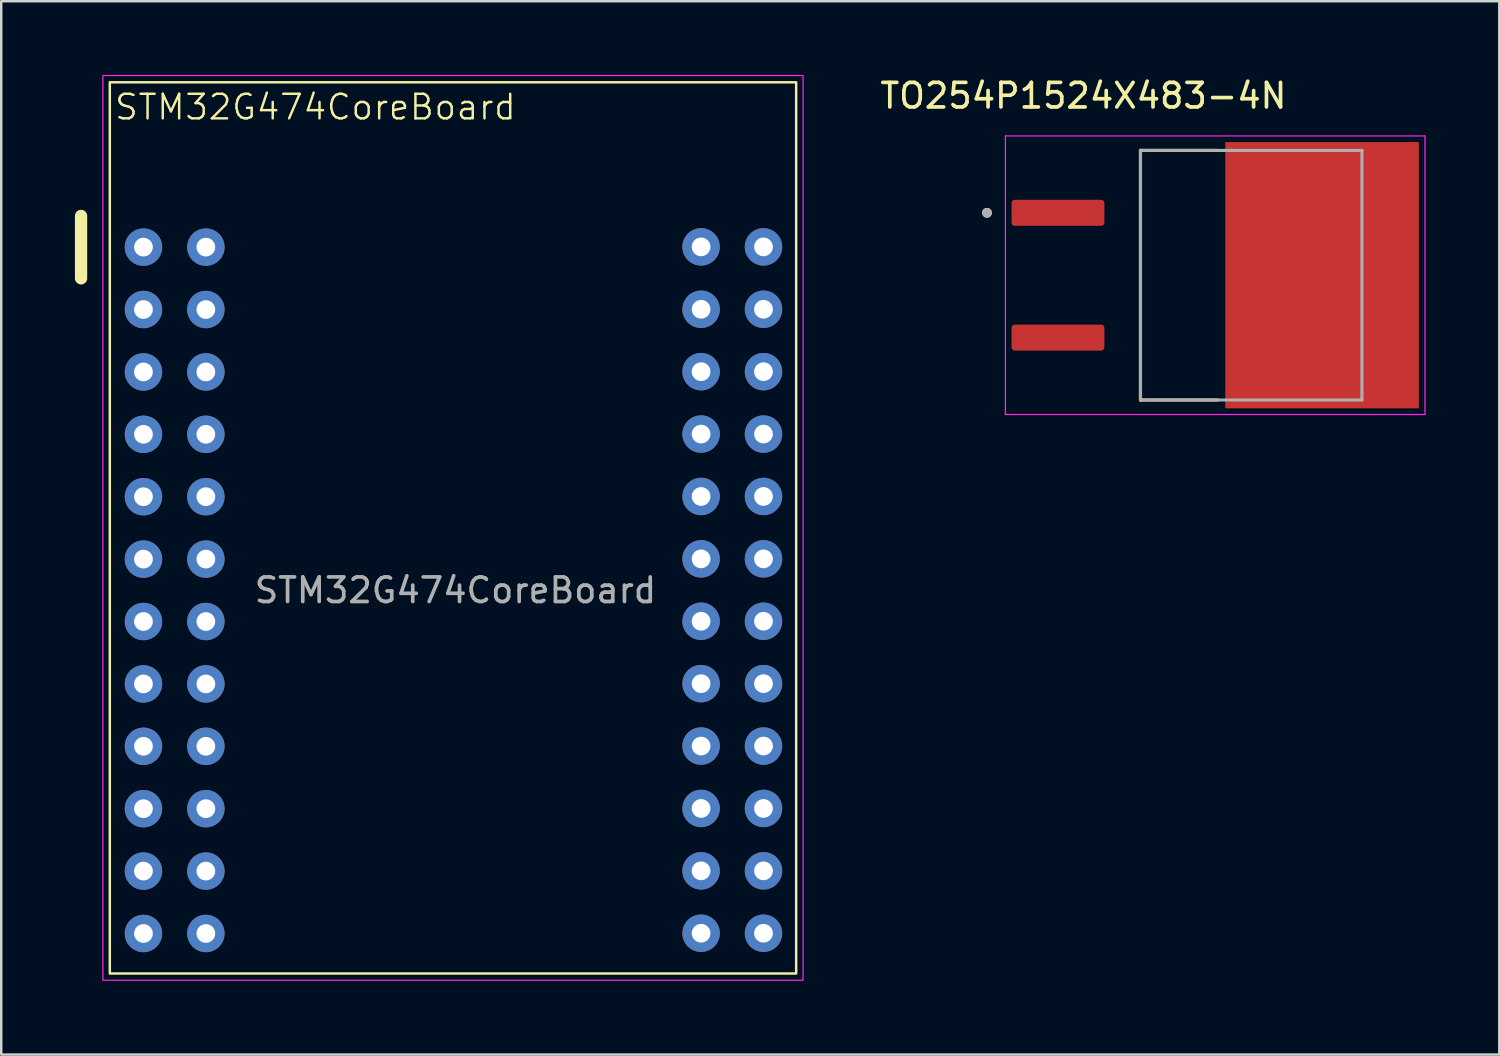
<source format=kicad_pcb>
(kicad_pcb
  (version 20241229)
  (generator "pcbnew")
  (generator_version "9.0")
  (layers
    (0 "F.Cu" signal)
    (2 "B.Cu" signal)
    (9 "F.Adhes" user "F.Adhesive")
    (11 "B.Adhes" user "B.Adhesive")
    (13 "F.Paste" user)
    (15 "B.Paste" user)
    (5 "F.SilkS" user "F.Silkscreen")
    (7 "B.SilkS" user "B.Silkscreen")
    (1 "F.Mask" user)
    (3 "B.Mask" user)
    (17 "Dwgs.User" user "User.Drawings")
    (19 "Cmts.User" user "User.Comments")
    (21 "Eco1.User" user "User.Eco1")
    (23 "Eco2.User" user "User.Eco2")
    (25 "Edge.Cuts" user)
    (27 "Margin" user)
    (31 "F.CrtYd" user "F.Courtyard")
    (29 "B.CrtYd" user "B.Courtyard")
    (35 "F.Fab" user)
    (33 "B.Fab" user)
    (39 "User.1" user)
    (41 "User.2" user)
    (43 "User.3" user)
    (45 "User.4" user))
  (footprint "STM32G474CoreBoard"
    (layer "F.Cu")
    (at 15.49 19.71)
    (property "Reference" "STM32G474CoreBoard" (at -5.7 -18.4 0) (unlocked yes) (layer "F.SilkS") (effects (font (size 1 1) (thickness 0.1))))
    (attr through_hole)
    (fp_line (start -15.24 -13.97) (end -15.24 -11.43) (stroke (width 0.5) (type default)) (layer "F.SilkS"))
    (fp_rect (start -14.07 -19.41) (end 13.87 16.87) (stroke (width 0.1) (type default)) (fill no) (layer "F.SilkS"))
    (fp_rect (start -14.351 -19.685) (end 14.151 17.145) (stroke (width 0.05) (type default)) (fill no) (layer "F.CrtYd"))
    (fp_text user "${REFERENCE}" (at 0 1.27 0) (unlocked yes) (layer "F.Fab") (effects (font (size 1 1) (thickness 0.15))))
    (pad "1" thru_hole circle (at -12.7 -12.7) (size 1.524 1.524) (drill 0.762) (layers "*.Cu" "*.Mask"))
    (pad "2" thru_hole circle (at -10.16 -12.7) (size 1.524 1.524) (drill 0.762) (layers "*.Cu" "*.Mask"))
    (pad "3" thru_hole circle (at -12.7 -10.16) (size 1.524 1.524) (drill 0.762) (layers "*.Cu" "*.Mask"))
    (pad "4" thru_hole circle (at -10.16 -10.16) (size 1.524 1.524) (drill 0.762) (layers "*.Cu" "*.Mask"))
    (pad "5" thru_hole circle (at -12.7 -7.62) (size 1.524 1.524) (drill 0.762) (layers "*.Cu" "*.Mask"))
    (pad "6" thru_hole circle (at -10.16 -7.62) (size 1.524 1.524) (drill 0.762) (layers "*.Cu" "*.Mask"))
    (pad "7" thru_hole circle (at -12.7 -5.08) (size 1.524 1.524) (drill 0.762) (layers "*.Cu" "*.Mask"))
    (pad "8" thru_hole circle (at -10.16 -5.08) (size 1.524 1.524) (drill 0.762) (layers "*.Cu" "*.Mask"))
    (pad "9" thru_hole circle (at -12.7 -2.54) (size 1.524 1.524) (drill 0.762) (layers "*.Cu" "*.Mask"))
    (pad "10" thru_hole circle (at -10.16 -2.54) (size 1.524 1.524) (drill 0.762) (layers "*.Cu" "*.Mask"))
    (pad "11" thru_hole circle (at -12.7 0) (size 1.524 1.524) (drill 0.762) (layers "*.Cu" "*.Mask"))
    (pad "12" thru_hole circle (at -10.16 0) (size 1.524 1.524) (drill 0.762) (layers "*.Cu" "*.Mask"))
    (pad "13" thru_hole circle (at -12.7 2.54) (size 1.524 1.524) (drill 0.762) (layers "*.Cu" "*.Mask"))
    (pad "14" thru_hole circle (at -10.16 2.54) (size 1.524 1.524) (drill 0.762) (layers "*.Cu" "*.Mask"))
    (pad "15" thru_hole circle (at -12.7 5.08) (size 1.524 1.524) (drill 0.762) (layers "*.Cu" "*.Mask"))
    (pad "16" thru_hole circle (at -10.16 5.08) (size 1.524 1.524) (drill 0.762) (layers "*.Cu" "*.Mask"))
    (pad "17" thru_hole circle (at -12.7 7.62) (size 1.524 1.524) (drill 0.762) (layers "*.Cu" "*.Mask"))
    (pad "18" thru_hole circle (at -10.16 7.62) (size 1.524 1.524) (drill 0.762) (layers "*.Cu" "*.Mask"))
    (pad "19" thru_hole circle (at -12.7 10.16) (size 1.524 1.524) (drill 0.762) (layers "*.Cu" "*.Mask"))
    (pad "20" thru_hole circle (at -10.16 10.16) (size 1.524 1.524) (drill 0.762) (layers "*.Cu" "*.Mask"))
    (pad "21" thru_hole circle (at -12.7 12.7) (size 1.524 1.524) (drill 0.762) (layers "*.Cu" "*.Mask"))
    (pad "22" thru_hole circle (at -10.16 12.7) (size 1.524 1.524) (drill 0.762) (layers "*.Cu" "*.Mask"))
    (pad "23" thru_hole circle (at -12.7 15.24) (size 1.524 1.524) (drill 0.762) (layers "*.Cu" "*.Mask"))
    (pad "24" thru_hole circle (at -10.16 15.24) (size 1.524 1.524) (drill 0.762) (layers "*.Cu" "*.Mask"))
    (pad "25" thru_hole circle (at 10 -12.71) (size 1.524 1.524) (drill 0.762) (layers "*.Cu" "*.Mask"))
    (pad "26" thru_hole circle (at 12.54 -12.71) (size 1.524 1.524) (drill 0.762) (layers "*.Cu" "*.Mask"))
    (pad "27" thru_hole circle (at 10 -10.17) (size 1.524 1.524) (drill 0.762) (layers "*.Cu" "*.Mask"))
    (pad "28" thru_hole circle (at 12.54 -10.17) (size 1.524 1.524) (drill 0.762) (layers "*.Cu" "*.Mask"))
    (pad "29" thru_hole circle (at 10 -7.63) (size 1.524 1.524) (drill 0.762) (layers "*.Cu" "*.Mask"))
    (pad "30" thru_hole circle (at 12.54 -7.63) (size 1.524 1.524) (drill 0.762) (layers "*.Cu" "*.Mask"))
    (pad "31" thru_hole circle (at 10 -5.09) (size 1.524 1.524) (drill 0.762) (layers "*.Cu" "*.Mask"))
    (pad "32" thru_hole circle (at 12.54 -5.09) (size 1.524 1.524) (drill 0.762) (layers "*.Cu" "*.Mask"))
    (pad "33" thru_hole circle (at 10 -2.55) (size 1.524 1.524) (drill 0.762) (layers "*.Cu" "*.Mask"))
    (pad "34" thru_hole circle (at 12.54 -2.55) (size 1.524 1.524) (drill 0.762) (layers "*.Cu" "*.Mask"))
    (pad "35" thru_hole circle (at 10 -0.01) (size 1.524 1.524) (drill 0.762) (layers "*.Cu" "*.Mask"))
    (pad "36" thru_hole circle (at 12.54 -0.01) (size 1.524 1.524) (drill 0.762) (layers "*.Cu" "*.Mask"))
    (pad "37" thru_hole circle (at 10 2.53) (size 1.524 1.524) (drill 0.762) (layers "*.Cu" "*.Mask"))
    (pad "38" thru_hole circle (at 12.54 2.53) (size 1.524 1.524) (drill 0.762) (layers "*.Cu" "*.Mask"))
    (pad "39" thru_hole circle (at 10 5.07) (size 1.524 1.524) (drill 0.762) (layers "*.Cu" "*.Mask"))
    (pad "40" thru_hole circle (at 12.54 5.07) (size 1.524 1.524) (drill 0.762) (layers "*.Cu" "*.Mask"))
    (pad "41" thru_hole circle (at 10 7.61) (size 1.524 1.524) (drill 0.762) (layers "*.Cu" "*.Mask"))
    (pad "42" thru_hole circle (at 12.54 7.61) (size 1.524 1.524) (drill 0.762) (layers "*.Cu" "*.Mask"))
    (pad "43" thru_hole circle (at 10 10.15) (size 1.524 1.524) (drill 0.762) (layers "*.Cu" "*.Mask"))
    (pad "44" thru_hole circle (at 12.54 10.15) (size 1.524 1.524) (drill 0.762) (layers "*.Cu" "*.Mask"))
    (pad "45" thru_hole circle (at 10 12.69) (size 1.524 1.524) (drill 0.762) (layers "*.Cu" "*.Mask"))
    (pad "46" thru_hole circle (at 12.54 12.69) (size 1.524 1.524) (drill 0.762) (layers "*.Cu" "*.Mask"))
    (pad "47" thru_hole circle (at 10 15.23) (size 1.524 1.524) (drill 0.762) (layers "*.Cu" "*.Mask"))
    (pad "48" thru_hole circle (at 12.54 15.23) (size 1.524 1.524) (drill 0.762) (layers "*.Cu" "*.Mask")))
  (footprint "TO254P1524X483-4N"
    (layer "F.Cu")
    (at 46.418 8.153)
    (property "Reference" "TO254P1524X483-4N" (at -5.365 -7.305 0) (layer "F.SilkS") (effects (font (size 1 1) (thickness 0.15))))
    (attr smd)
    (fp_line (start -3.042 -5.08) (end -3.042 5.08) (stroke (width 0.127) (type solid)) (layer "F.SilkS"))
    (fp_line (start -3.042 5.08) (end 0.09 5.08) (stroke (width 0.127) (type solid)) (layer "F.SilkS"))
    (fp_line (start 0.09 -5.08) (end -3.042 -5.08) (stroke (width 0.127) (type solid)) (layer "F.SilkS"))
    (fp_circle (center -9.29 -2.54) (end -9.19 -2.54) (stroke (width 0.2) (type solid)) (fill no) (layer "F.SilkS"))
    (fp_poly (pts (xy 0.96 -5.15) (xy 2.48 -5.15) (xy 2.48 -3.9) (xy 0.96 -3.9)) (stroke (width 0.01) (type solid)) (fill yes) (layer "F.Paste"))
    (fp_poly (pts (xy 0.96 -3.34) (xy 2.48 -3.34) (xy 2.48 -2.09) (xy 0.96 -2.09)) (stroke (width 0.01) (type solid)) (fill yes) (layer "F.Paste"))
    (fp_poly (pts (xy 0.96 -1.53) (xy 2.48 -1.53) (xy 2.48 -0.28) (xy 0.96 -0.28)) (stroke (width 0.01) (type solid)) (fill yes) (layer "F.Paste"))
    (fp_poly (pts (xy 0.96 0.28) (xy 2.48 0.28) (xy 2.48 1.53) (xy 0.96 1.53)) (stroke (width 0.01) (type solid)) (fill yes) (layer "F.Paste"))
    (fp_poly (pts (xy 0.96 2.09) (xy 2.48 2.09) (xy 2.48 3.34) (xy 0.96 3.34)) (stroke (width 0.01) (type solid)) (fill yes) (layer "F.Paste"))
    (fp_poly (pts (xy 0.96 3.9) (xy 2.48 3.9) (xy 2.48 5.15) (xy 0.96 5.15)) (stroke (width 0.01) (type solid)) (fill yes) (layer "F.Paste"))
    (fp_poly (pts (xy 3.59 -5.15) (xy 5.11 -5.15) (xy 5.11 -3.9) (xy 3.59 -3.9)) (stroke (width 0.01) (type solid)) (fill yes) (layer "F.Paste"))
    (fp_poly (pts (xy 3.59 -3.34) (xy 5.11 -3.34) (xy 5.11 -2.09) (xy 3.59 -2.09)) (stroke (width 0.01) (type solid)) (fill yes) (layer "F.Paste"))
    (fp_poly (pts (xy 3.59 -1.53) (xy 5.11 -1.53) (xy 5.11 -0.28) (xy 3.59 -0.28)) (stroke (width 0.01) (type solid)) (fill yes) (layer "F.Paste"))
    (fp_poly (pts (xy 3.59 0.28) (xy 5.11 0.28) (xy 5.11 1.53) (xy 3.59 1.53)) (stroke (width 0.01) (type solid)) (fill yes) (layer "F.Paste"))
    (fp_poly (pts (xy 3.59 2.09) (xy 5.11 2.09) (xy 5.11 3.34) (xy 3.59 3.34)) (stroke (width 0.01) (type solid)) (fill yes) (layer "F.Paste"))
    (fp_poly (pts (xy 3.59 3.9) (xy 5.11 3.9) (xy 5.11 5.15) (xy 3.59 5.15)) (stroke (width 0.01) (type solid)) (fill yes) (layer "F.Paste"))
    (fp_poly (pts (xy 6.22 -5.15) (xy 7.74 -5.15) (xy 7.74 -3.9) (xy 6.22 -3.9)) (stroke (width 0.01) (type solid)) (fill yes) (layer "F.Paste"))
    (fp_poly (pts (xy 6.22 -3.34) (xy 7.74 -3.34) (xy 7.74 -2.09) (xy 6.22 -2.09)) (stroke (width 0.01) (type solid)) (fill yes) (layer "F.Paste"))
    (fp_poly (pts (xy 6.22 -1.53) (xy 7.74 -1.53) (xy 7.74 -0.28) (xy 6.22 -0.28)) (stroke (width 0.01) (type solid)) (fill yes) (layer "F.Paste"))
    (fp_poly (pts (xy 6.22 0.28) (xy 7.74 0.28) (xy 7.74 1.53) (xy 6.22 1.53)) (stroke (width 0.01) (type solid)) (fill yes) (layer "F.Paste"))
    (fp_poly (pts (xy 6.22 2.09) (xy 7.74 2.09) (xy 7.74 3.34) (xy 6.22 3.34)) (stroke (width 0.01) (type solid)) (fill yes) (layer "F.Paste"))
    (fp_poly (pts (xy 6.22 3.9) (xy 7.74 3.9) (xy 7.74 5.15) (xy 6.22 5.15)) (stroke (width 0.01) (type solid)) (fill yes) (layer "F.Paste"))
    (fp_line (start -8.54 -5.67) (end -8.54 5.67) (stroke (width 0.05) (type solid)) (layer "F.CrtYd"))
    (fp_line (start -8.54 5.67) (end 8.54 5.67) (stroke (width 0.05) (type solid)) (layer "F.CrtYd"))
    (fp_line (start 8.54 -5.67) (end -8.54 -5.67) (stroke (width 0.05) (type solid)) (layer "F.CrtYd"))
    (fp_line (start 8.54 5.67) (end 8.54 -5.67) (stroke (width 0.05) (type solid)) (layer "F.CrtYd"))
    (fp_line (start -3.042 -5.08) (end -3.042 5.08) (stroke (width 0.127) (type solid)) (layer "F.Fab"))
    (fp_line (start -3.042 5.08) (end 5.973 5.08) (stroke (width 0.127) (type solid)) (layer "F.Fab"))
    (fp_line (start 5.973 -5.08) (end -3.042 -5.08) (stroke (width 0.127) (type solid)) (layer "F.Fab"))
    (fp_line (start 5.973 5.08) (end 5.973 -5.08) (stroke (width 0.127) (type solid)) (layer "F.Fab"))
    (fp_circle (center -9.29 -2.54) (end -9.19 -2.54) (stroke (width 0.2) (type solid)) (fill no) (layer "F.Fab"))
    (pad "1" smd roundrect (at -6.4 -2.54) (size 3.78 1.06) (layers "F.Cu" "F.Mask" "F.Paste") (roundrect_rratio 0.125))
    (pad "3" smd roundrect (at -6.4 2.54) (size 3.78 1.06) (layers "F.Cu" "F.Mask" "F.Paste") (roundrect_rratio 0.125))
    (pad "4" smd rect (at 4.35 0) (size 7.88 10.84) (layers "F.Cu" "F.Mask")))
  (gr_rect
    (start -3 -3)
    (end 57.983 39.88)
    (stroke (width 0.1) (type default))
    (fill no)
    (layer "Edge.Cuts")))
</source>
